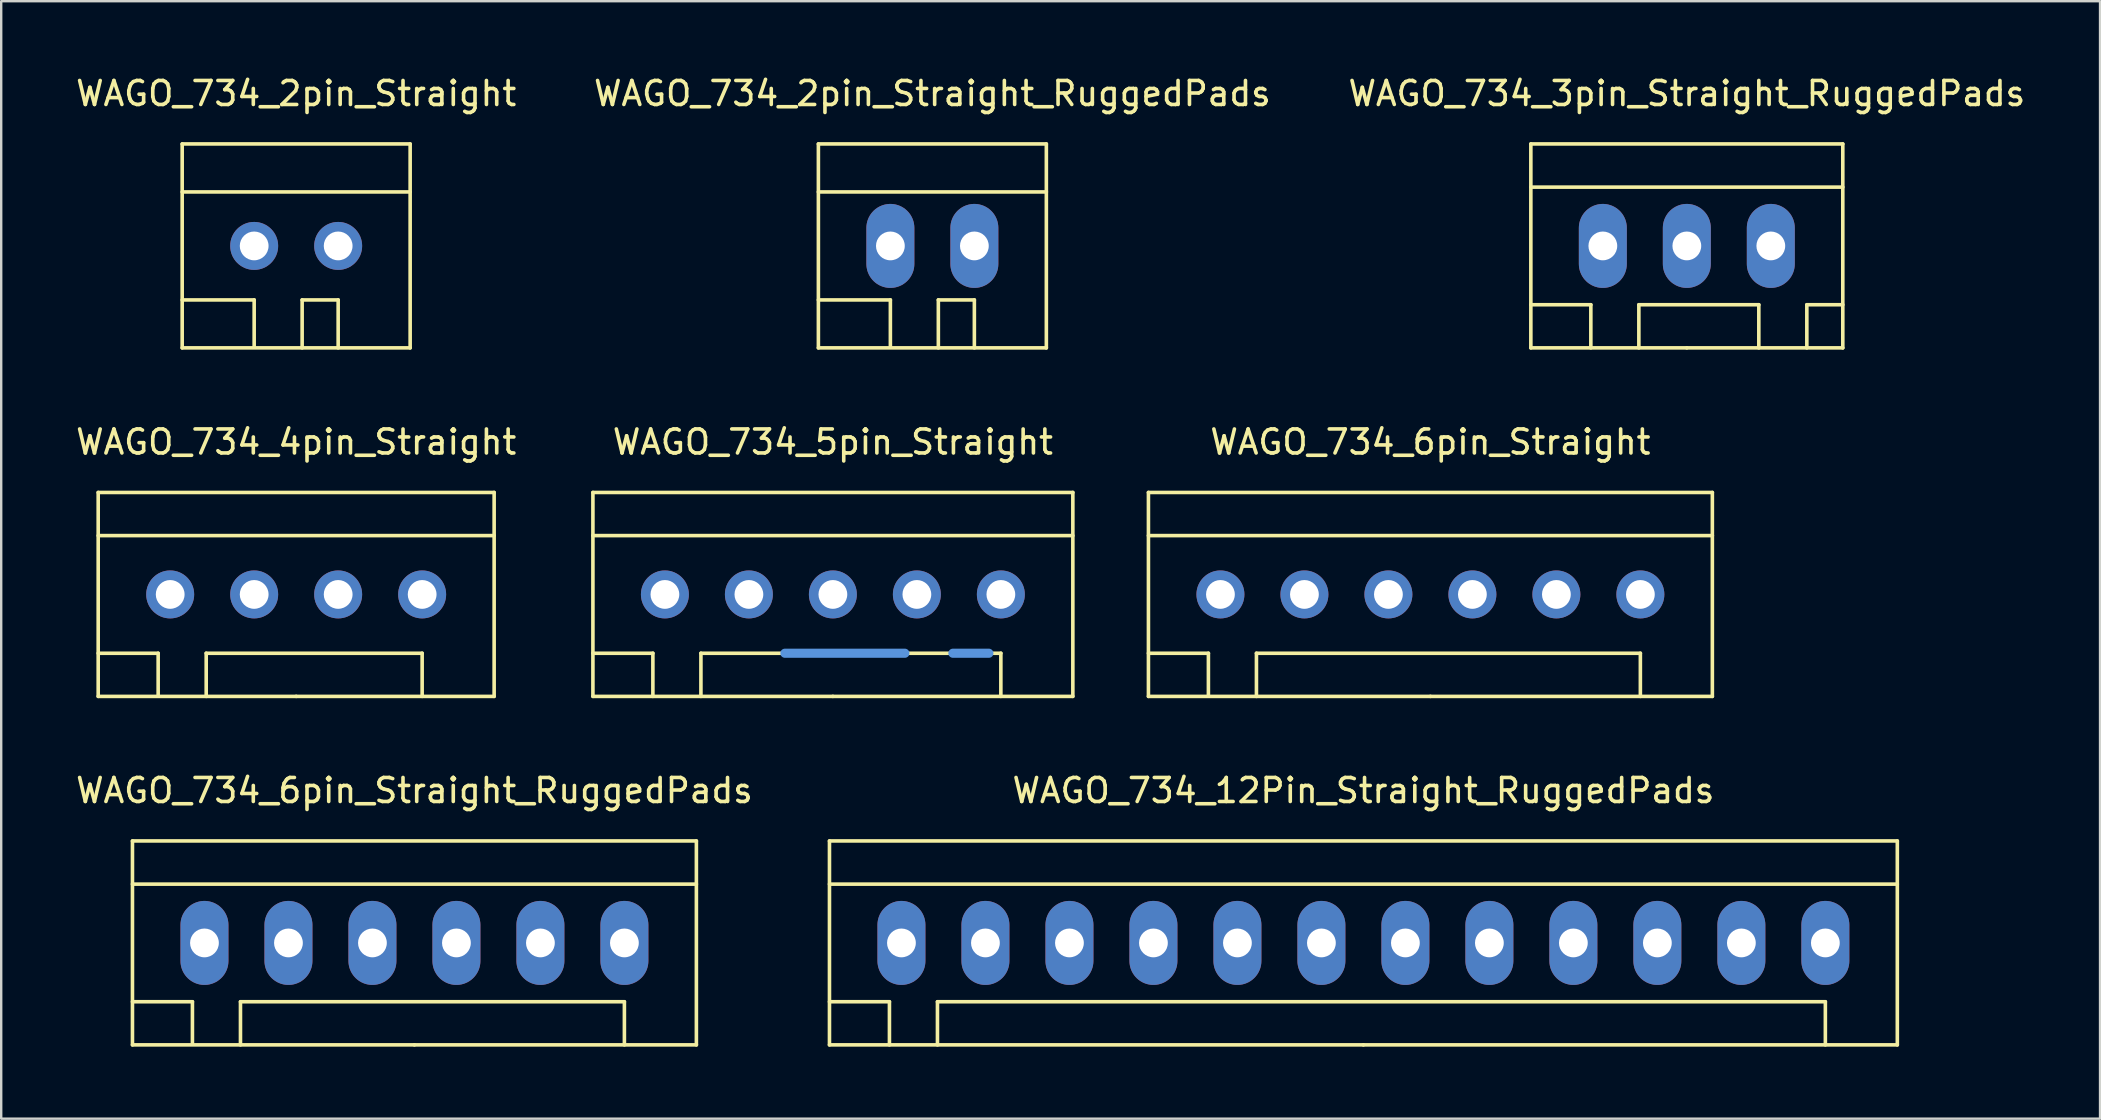
<source format=kicad_pcb>
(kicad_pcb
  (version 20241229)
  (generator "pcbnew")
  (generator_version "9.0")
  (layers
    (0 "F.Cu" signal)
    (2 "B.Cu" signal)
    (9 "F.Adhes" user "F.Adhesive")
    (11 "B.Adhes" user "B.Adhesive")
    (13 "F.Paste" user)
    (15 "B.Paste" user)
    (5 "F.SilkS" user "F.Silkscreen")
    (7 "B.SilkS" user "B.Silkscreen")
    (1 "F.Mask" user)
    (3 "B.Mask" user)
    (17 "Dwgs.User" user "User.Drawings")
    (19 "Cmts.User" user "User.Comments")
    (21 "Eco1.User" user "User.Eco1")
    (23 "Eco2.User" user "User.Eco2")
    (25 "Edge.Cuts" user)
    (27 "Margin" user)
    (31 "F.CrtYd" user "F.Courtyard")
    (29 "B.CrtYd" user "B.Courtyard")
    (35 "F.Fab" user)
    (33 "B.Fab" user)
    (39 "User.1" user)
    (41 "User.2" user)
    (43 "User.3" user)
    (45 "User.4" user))
  (footprint "WAGO_734_2pin_Straight_RuggedPads"
    (layer "F.Cu")
    (at 35.804 7.198)
    (property "Reference" "WAGO_734_2pin_Straight_RuggedPads" (at 0 -6.35 0) (layer "F.SilkS") (effects (font (size 1 1) (thickness 0.15))))
    (attr through_hole)
    (fp_line (start -4.75 -4.249) (end -4.75 4.249) (stroke (width 0.15) (type solid)) (layer "F.SilkS"))
    (fp_line (start -4.75 -2.25) (end 4.75 -2.25) (stroke (width 0.15) (type solid)) (layer "F.SilkS"))
    (fp_line (start -4.75 2.25) (end -1.75 2.25) (stroke (width 0.15) (type solid)) (layer "F.SilkS"))
    (fp_line (start -4.75 4.249) (end 4.75 4.249) (stroke (width 0.15) (type solid)) (layer "F.SilkS"))
    (fp_line (start -1.75 2.25) (end -1.75 4.201) (stroke (width 0.15) (type solid)) (layer "F.SilkS"))
    (fp_line (start 0.249 2.25) (end 1.75 2.25) (stroke (width 0.15) (type solid)) (layer "F.SilkS"))
    (fp_line (start 0.249 4.249) (end 0.249 2.25) (stroke (width 0.15) (type solid)) (layer "F.SilkS"))
    (fp_line (start 1.75 2.25) (end 1.75 4.249) (stroke (width 0.15) (type solid)) (layer "F.SilkS"))
    (fp_line (start 4.75 -4.249) (end -4.75 -4.249) (stroke (width 0.15) (type solid)) (layer "F.SilkS"))
    (fp_line (start 4.75 4.249) (end 4.75 -4.249) (stroke (width 0.15) (type solid)) (layer "F.SilkS"))
    (pad "1" thru_hole oval (at -1.75 0) (size 1.999 3.5) (drill 1.199) (layers "*.Cu" "*.Mask"))
    (pad "2" thru_hole oval (at 1.75 0) (size 1.999 3.5) (drill 1.199) (layers "*.Cu" "*.Mask")))
  (footprint "WAGO_734_6pin_Straight_RuggedPads"
    (layer "F.Cu")
    (at 14.22 36.244)
    (property "Reference" "WAGO_734_6pin_Straight_RuggedPads" (at 0 -6.35 0) (layer "F.SilkS") (effects (font (size 1 1) (thickness 0.15))))
    (attr through_hole)
    (fp_line (start -11.75 -4.249) (end -11.75 4.249) (stroke (width 0.15) (type solid)) (layer "F.SilkS"))
    (fp_line (start -11.75 -2.451) (end 11.75 -2.451) (stroke (width 0.15) (type solid)) (layer "F.SilkS"))
    (fp_line (start -11.75 2.451) (end -9.251 2.451) (stroke (width 0.15) (type solid)) (layer "F.SilkS"))
    (fp_line (start -11.75 4.249) (end 0 4.249) (stroke (width 0.15) (type solid)) (layer "F.SilkS"))
    (fp_line (start -9.251 2.451) (end -9.251 4.201) (stroke (width 0.15) (type solid)) (layer "F.SilkS"))
    (fp_line (start -7.249 4.249) (end -7.249 2.451) (stroke (width 0.15) (type solid)) (layer "F.SilkS"))
    (fp_line (start 0 4.249) (end 11.75 4.249) (stroke (width 0.15) (type solid)) (layer "F.SilkS"))
    (fp_line (start 8.75 2.451) (end -7.249 2.451) (stroke (width 0.15) (type solid)) (layer "F.SilkS"))
    (fp_line (start 8.75 4.249) (end 8.75 2.451) (stroke (width 0.15) (type solid)) (layer "F.SilkS"))
    (fp_line (start 11.75 -4.249) (end -11.75 -4.249) (stroke (width 0.15) (type solid)) (layer "F.SilkS"))
    (fp_line (start 11.75 4.249) (end 11.75 -4.249) (stroke (width 0.15) (type solid)) (layer "F.SilkS"))
    (pad "1" thru_hole oval (at -8.75 0) (size 1.999 3.5) (drill 1.199) (layers "*.Cu" "*.Mask"))
    (pad "2" thru_hole oval (at -5.25 0) (size 1.999 3.5) (drill 1.199) (layers "*.Cu" "*.Mask"))
    (pad "3" thru_hole oval (at -1.75 0) (size 1.999 3.5) (drill 1.199) (layers "*.Cu" "*.Mask"))
    (pad "4" thru_hole oval (at 1.75 0) (size 1.999 3.5) (drill 1.199) (layers "*.Cu" "*.Mask"))
    (pad "5" thru_hole oval (at 5.25 0) (size 1.999 3.5) (drill 1.199) (layers "*.Cu" "*.Mask"))
    (pad "6" thru_hole oval (at 8.75 0) (size 1.999 3.5) (drill 1.199) (layers "*.Cu" "*.Mask")))
  (footprint "WAGO_734_5pin_Straight"
    (layer "F.Cu")
    (at 31.658 21.721)
    (property "Reference" "WAGO_734_5pin_Straight" (at 0 -6.35 0) (layer "F.SilkS") (effects (font (size 1 1) (thickness 0.15))))
    (attr through_hole)
    (fp_line (start -10 -4.249) (end -10 4.249) (stroke (width 0.15) (type solid)) (layer "F.SilkS"))
    (fp_line (start -10 -2.451) (end 10 -2.451) (stroke (width 0.15) (type solid)) (layer "F.SilkS"))
    (fp_line (start -10 2.451) (end -7.501 2.451) (stroke (width 0.15) (type solid)) (layer "F.SilkS"))
    (fp_line (start -10 4.249) (end 0 4.249) (stroke (width 0.15) (type solid)) (layer "F.SilkS"))
    (fp_line (start -7.501 2.451) (end -7.501 4.249) (stroke (width 0.15) (type solid)) (layer "F.SilkS"))
    (fp_line (start -5.499 4.249) (end -5.499 2.451) (stroke (width 0.15) (type solid)) (layer "F.SilkS"))
    (fp_line (start 0 4.249) (end 10 4.249) (stroke (width 0.15) (type solid)) (layer "F.SilkS"))
    (fp_line (start 7 2.451) (end -5.499 2.451) (stroke (width 0.15) (type solid)) (layer "F.SilkS"))
    (fp_line (start 7 4.249) (end 7 2.451) (stroke (width 0.15) (type solid)) (layer "F.SilkS"))
    (fp_line (start 10 -4.249) (end -10 -4.249) (stroke (width 0.15) (type solid)) (layer "F.SilkS"))
    (fp_line (start 10 4.249) (end 10 -4.249) (stroke (width 0.15) (type solid)) (layer "F.SilkS"))
    (fp_line (start -1.999 2.451) (end 3 2.451) (stroke (width 0.381) (type solid)) (layer "Cmts.User"))
    (fp_line (start 5.001 2.451) (end 6.5 2.451) (stroke (width 0.381) (type solid)) (layer "Cmts.User"))
    (pad "1" thru_hole circle (at -7 0) (size 1.999 1.999) (drill 1.199) (layers "*.Cu" "*.Mask"))
    (pad "2" thru_hole circle (at -3.5 0) (size 1.999 1.999) (drill 1.199) (layers "*.Cu" "*.Mask"))
    (pad "3" thru_hole circle (at 0 0) (size 1.999 1.999) (drill 1.199) (layers "*.Cu" "*.Mask"))
    (pad "4" thru_hole circle (at 3.5 0) (size 1.999 1.999) (drill 1.199) (layers "*.Cu" "*.Mask"))
    (pad "5" thru_hole circle (at 7 0) (size 1.999 1.999) (drill 1.199) (layers "*.Cu" "*.Mask")))
  (footprint "WAGO_734_6pin_Straight"
    (layer "F.Cu")
    (at 56.558 21.721)
    (property "Reference" "WAGO_734_6pin_Straight" (at 0 -6.35 0) (layer "F.SilkS") (effects (font (size 1 1) (thickness 0.15))))
    (attr through_hole)
    (fp_line (start -11.75 -4.249) (end -11.75 4.249) (stroke (width 0.15) (type solid)) (layer "F.SilkS"))
    (fp_line (start -11.75 -2.451) (end 11.75 -2.451) (stroke (width 0.15) (type solid)) (layer "F.SilkS"))
    (fp_line (start -11.75 2.451) (end -9.251 2.451) (stroke (width 0.15) (type solid)) (layer "F.SilkS"))
    (fp_line (start -11.75 4.249) (end 0 4.249) (stroke (width 0.15) (type solid)) (layer "F.SilkS"))
    (fp_line (start -9.251 2.451) (end -9.251 4.201) (stroke (width 0.15) (type solid)) (layer "F.SilkS"))
    (fp_line (start -7.249 4.249) (end -7.249 2.451) (stroke (width 0.15) (type solid)) (layer "F.SilkS"))
    (fp_line (start 0 4.249) (end 11.75 4.249) (stroke (width 0.15) (type solid)) (layer "F.SilkS"))
    (fp_line (start 8.75 2.451) (end -7.249 2.451) (stroke (width 0.15) (type solid)) (layer "F.SilkS"))
    (fp_line (start 8.75 4.249) (end 8.75 2.451) (stroke (width 0.15) (type solid)) (layer "F.SilkS"))
    (fp_line (start 11.75 -4.249) (end -11.75 -4.249) (stroke (width 0.15) (type solid)) (layer "F.SilkS"))
    (fp_line (start 11.75 4.249) (end 11.75 -4.249) (stroke (width 0.15) (type solid)) (layer "F.SilkS"))
    (pad "1" thru_hole circle (at -8.75 0) (size 1.999 1.999) (drill 1.199) (layers "*.Cu" "*.Mask"))
    (pad "2" thru_hole circle (at -5.25 0) (size 1.999 1.999) (drill 1.199) (layers "*.Cu" "*.Mask"))
    (pad "3" thru_hole circle (at -1.75 0) (size 1.999 1.999) (drill 1.199) (layers "*.Cu" "*.Mask"))
    (pad "4" thru_hole circle (at 1.75 0) (size 1.999 1.999) (drill 1.199) (layers "*.Cu" "*.Mask"))
    (pad "5" thru_hole circle (at 5.25 0) (size 1.999 1.999) (drill 1.199) (layers "*.Cu" "*.Mask"))
    (pad "6" thru_hole circle (at 8.75 0) (size 1.999 1.999) (drill 1.199) (layers "*.Cu" "*.Mask")))
  (footprint "WAGO_734_12Pin_Straight_RuggedPads"
    (layer "F.Cu")
    (at 53.766 36.244)
    (property "Reference" "WAGO_734_12Pin_Straight_RuggedPads" (at 0 -6.35 0) (layer "F.SilkS") (effects (font (size 1 1) (thickness 0.15))))
    (attr through_hole)
    (fp_line (start -22.25 -4.249) (end -22.25 4.249) (stroke (width 0.15) (type solid)) (layer "F.SilkS"))
    (fp_line (start -22.25 -2.451) (end 22.25 -2.451) (stroke (width 0.15) (type solid)) (layer "F.SilkS"))
    (fp_line (start -22.25 2.451) (end -19.751 2.451) (stroke (width 0.15) (type solid)) (layer "F.SilkS"))
    (fp_line (start -22.25 4.249) (end 0 4.249) (stroke (width 0.15) (type solid)) (layer "F.SilkS"))
    (fp_line (start -19.751 2.451) (end -19.751 4.249) (stroke (width 0.15) (type solid)) (layer "F.SilkS"))
    (fp_line (start -17.75 4.249) (end -17.75 2.451) (stroke (width 0.15) (type solid)) (layer "F.SilkS"))
    (fp_line (start 0 4.249) (end 22.25 4.249) (stroke (width 0.15) (type solid)) (layer "F.SilkS"))
    (fp_line (start 19.251 2.451) (end -17.75 2.451) (stroke (width 0.15) (type solid)) (layer "F.SilkS"))
    (fp_line (start 19.251 4.249) (end 19.251 2.451) (stroke (width 0.15) (type solid)) (layer "F.SilkS"))
    (fp_line (start 22.25 -4.249) (end -22.25 -4.249) (stroke (width 0.15) (type solid)) (layer "F.SilkS"))
    (fp_line (start 22.25 4.249) (end 22.25 -4.249) (stroke (width 0.15) (type solid)) (layer "F.SilkS"))
    (pad "1" thru_hole oval (at -19.251 0) (size 1.999 3.5) (drill 1.199) (layers "*.Cu" "*.Mask"))
    (pad "2" thru_hole oval (at -15.751 0) (size 1.999 3.5) (drill 1.199) (layers "*.Cu" "*.Mask"))
    (pad "3" thru_hole oval (at -12.25 0) (size 1.999 3.5) (drill 1.199) (layers "*.Cu" "*.Mask"))
    (pad "4" thru_hole oval (at -8.75 0) (size 1.999 3.5) (drill 1.199) (layers "*.Cu" "*.Mask"))
    (pad "5" thru_hole oval (at -5.25 0) (size 1.999 3.5) (drill 1.199) (layers "*.Cu" "*.Mask"))
    (pad "6" thru_hole oval (at -1.75 0) (size 1.999 3.5) (drill 1.199) (layers "*.Cu" "*.Mask"))
    (pad "7" thru_hole oval (at 1.75 0) (size 1.999 3.5) (drill 1.199) (layers "*.Cu" "*.Mask"))
    (pad "8" thru_hole oval (at 5.25 0) (size 1.999 3.5) (drill 1.199) (layers "*.Cu" "*.Mask"))
    (pad "9" thru_hole oval (at 8.75 0) (size 1.999 3.5) (drill 1.199) (layers "*.Cu" "*.Mask"))
    (pad "10" thru_hole oval (at 12.25 0) (size 1.999 3.5) (drill 1.199) (layers "*.Cu" "*.Mask"))
    (pad "11" thru_hole oval (at 15.751 0) (size 1.999 3.5) (drill 1.199) (layers "*.Cu" "*.Mask"))
    (pad "12" thru_hole oval (at 19.251 0) (size 1.999 3.5) (drill 1.199) (layers "*.Cu" "*.Mask")))
  (footprint "WAGO_734_2pin_Straight"
    (layer "F.Cu")
    (at 9.292 7.198)
    (property "Reference" "WAGO_734_2pin_Straight" (at 0 -6.35 0) (layer "F.SilkS") (effects (font (size 1 1) (thickness 0.15))))
    (attr through_hole)
    (fp_line (start -4.75 -4.249) (end -4.75 4.249) (stroke (width 0.15) (type solid)) (layer "F.SilkS"))
    (fp_line (start -4.75 -2.25) (end 4.75 -2.25) (stroke (width 0.15) (type solid)) (layer "F.SilkS"))
    (fp_line (start -4.75 2.25) (end -1.75 2.25) (stroke (width 0.15) (type solid)) (layer "F.SilkS"))
    (fp_line (start -4.75 4.249) (end 4.75 4.249) (stroke (width 0.15) (type solid)) (layer "F.SilkS"))
    (fp_line (start -1.75 2.25) (end -1.75 4.201) (stroke (width 0.15) (type solid)) (layer "F.SilkS"))
    (fp_line (start 0.249 2.25) (end 1.75 2.25) (stroke (width 0.15) (type solid)) (layer "F.SilkS"))
    (fp_line (start 0.249 4.249) (end 0.249 2.25) (stroke (width 0.15) (type solid)) (layer "F.SilkS"))
    (fp_line (start 1.75 2.25) (end 1.75 4.249) (stroke (width 0.15) (type solid)) (layer "F.SilkS"))
    (fp_line (start 4.75 -4.249) (end -4.75 -4.249) (stroke (width 0.15) (type solid)) (layer "F.SilkS"))
    (fp_line (start 4.75 4.249) (end 4.75 -4.249) (stroke (width 0.15) (type solid)) (layer "F.SilkS"))
    (pad "1" thru_hole circle (at -1.75 0) (size 1.999 1.999) (drill 1.199) (layers "*.Cu" "*.Mask"))
    (pad "2" thru_hole circle (at 1.75 0) (size 1.999 1.999) (drill 1.199) (layers "*.Cu" "*.Mask")))
  (footprint "WAGO_734_4pin_Straight"
    (layer "F.Cu")
    (at 9.292 21.721)
    (property "Reference" "WAGO_734_4pin_Straight" (at 0 -6.35 0) (layer "F.SilkS") (effects (font (size 1 1) (thickness 0.15))))
    (attr through_hole)
    (fp_line (start -8.25 -4.249) (end 8.25 -4.249) (stroke (width 0.15) (type solid)) (layer "F.SilkS"))
    (fp_line (start -8.25 -2.451) (end 8.25 -2.451) (stroke (width 0.15) (type solid)) (layer "F.SilkS"))
    (fp_line (start -8.25 2.451) (end -5.751 2.451) (stroke (width 0.15) (type solid)) (layer "F.SilkS"))
    (fp_line (start -8.25 4.249) (end -8.25 -4.249) (stroke (width 0.15) (type solid)) (layer "F.SilkS"))
    (fp_line (start -5.751 2.451) (end -5.751 4.201) (stroke (width 0.15) (type solid)) (layer "F.SilkS"))
    (fp_line (start -3.749 4.249) (end -3.749 2.451) (stroke (width 0.15) (type solid)) (layer "F.SilkS"))
    (fp_line (start 0 4.249) (end -8.25 4.249) (stroke (width 0.15) (type solid)) (layer "F.SilkS"))
    (fp_line (start 5.25 2.451) (end -3.749 2.451) (stroke (width 0.15) (type solid)) (layer "F.SilkS"))
    (fp_line (start 5.25 4.249) (end 5.25 2.451) (stroke (width 0.15) (type solid)) (layer "F.SilkS"))
    (fp_line (start 8.25 -4.249) (end 8.25 4.249) (stroke (width 0.15) (type solid)) (layer "F.SilkS"))
    (fp_line (start 8.25 4.249) (end 0 4.249) (stroke (width 0.15) (type solid)) (layer "F.SilkS"))
    (pad "1" thru_hole circle (at -5.25 0) (size 1.999 1.999) (drill 1.199) (layers "*.Cu" "*.Mask"))
    (pad "2" thru_hole circle (at -1.75 0) (size 1.999 1.999) (drill 1.199) (layers "*.Cu" "*.Mask"))
    (pad "3" thru_hole circle (at 1.75 0) (size 1.999 1.999) (drill 1.199) (layers "*.Cu" "*.Mask"))
    (pad "4" thru_hole circle (at 5.25 0) (size 1.999 1.999) (drill 1.199) (layers "*.Cu" "*.Mask")))
  (footprint "WAGO_734_3pin_Straight_RuggedPads"
    (layer "F.Cu")
    (at 67.244 7.198)
    (property "Reference" "WAGO_734_3pin_Straight_RuggedPads" (at 0 -6.35 0) (layer "F.SilkS") (effects (font (size 1 1) (thickness 0.15))))
    (attr through_hole)
    (fp_line (start -6.5 -4.249) (end 6.5 -4.249) (stroke (width 0.15) (type solid)) (layer "F.SilkS"))
    (fp_line (start -6.5 -2.451) (end 6.5 -2.451) (stroke (width 0.15) (type solid)) (layer "F.SilkS"))
    (fp_line (start -6.5 2.451) (end -4 2.451) (stroke (width 0.15) (type solid)) (layer "F.SilkS"))
    (fp_line (start -6.5 4.249) (end -6.5 -4.249) (stroke (width 0.15) (type solid)) (layer "F.SilkS"))
    (fp_line (start -4 2.451) (end -4 4.249) (stroke (width 0.15) (type solid)) (layer "F.SilkS"))
    (fp_line (start -1.999 2.451) (end 3 2.451) (stroke (width 0.15) (type solid)) (layer "F.SilkS"))
    (fp_line (start -1.999 4.249) (end -1.999 2.451) (stroke (width 0.15) (type solid)) (layer "F.SilkS"))
    (fp_line (start 0 4.249) (end -6.5 4.249) (stroke (width 0.15) (type solid)) (layer "F.SilkS"))
    (fp_line (start 3 2.451) (end 3 4.249) (stroke (width 0.15) (type solid)) (layer "F.SilkS"))
    (fp_line (start 5.001 2.451) (end 6.5 2.451) (stroke (width 0.15) (type solid)) (layer "F.SilkS"))
    (fp_line (start 5.001 4.249) (end 5.001 2.451) (stroke (width 0.15) (type solid)) (layer "F.SilkS"))
    (fp_line (start 6.5 -4.249) (end 6.5 4.249) (stroke (width 0.15) (type solid)) (layer "F.SilkS"))
    (fp_line (start 6.5 4.249) (end 0 4.249) (stroke (width 0.15) (type solid)) (layer "F.SilkS"))
    (pad "1" thru_hole oval (at -3.5 0) (size 1.999 3.5) (drill 1.199) (layers "*.Cu" "*.Mask"))
    (pad "2" thru_hole oval (at 0 0) (size 1.999 3.5) (drill 1.199) (layers "*.Cu" "*.Mask"))
    (pad "3" thru_hole oval (at 3.5 0) (size 1.999 3.5) (drill 1.199) (layers "*.Cu" "*.Mask")))
  (gr_rect
    (start -3 -3)
    (end 84.464 43.568)
    (stroke (width 0.1) (type default))
    (fill no)
    (layer "Edge.Cuts")))
</source>
